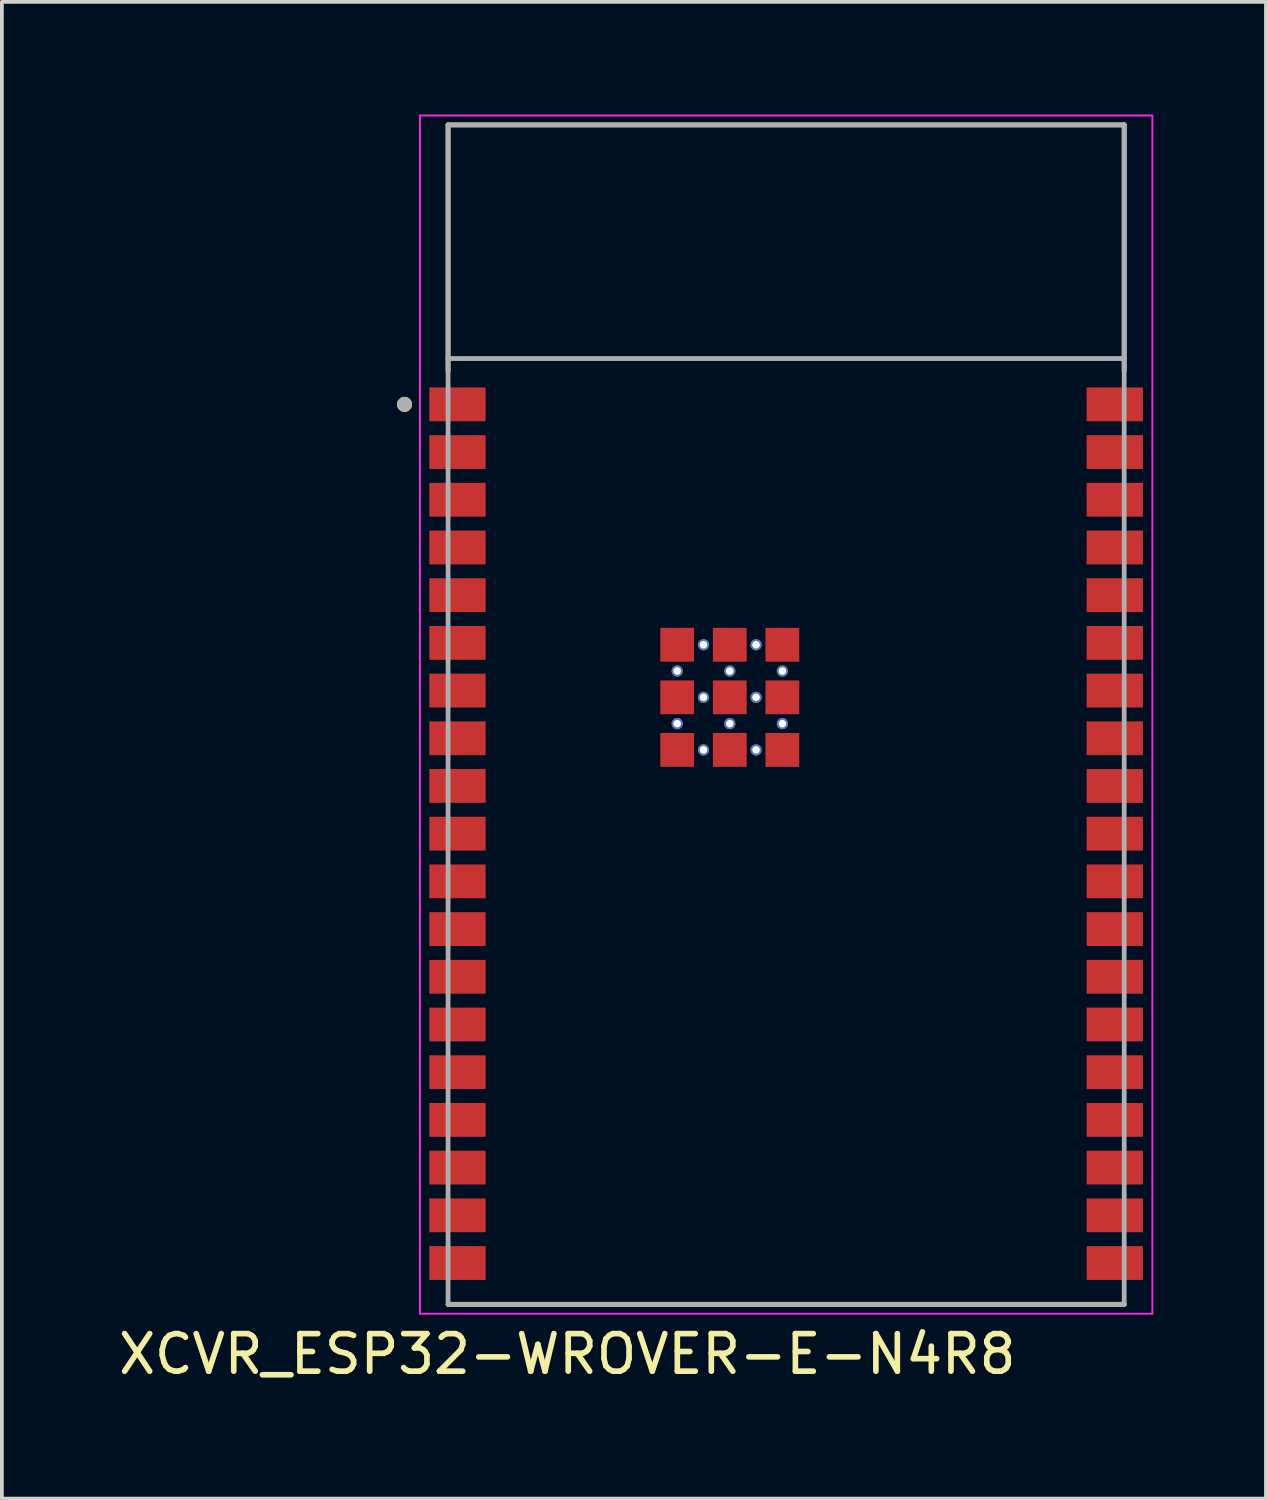
<source format=kicad_pcb>
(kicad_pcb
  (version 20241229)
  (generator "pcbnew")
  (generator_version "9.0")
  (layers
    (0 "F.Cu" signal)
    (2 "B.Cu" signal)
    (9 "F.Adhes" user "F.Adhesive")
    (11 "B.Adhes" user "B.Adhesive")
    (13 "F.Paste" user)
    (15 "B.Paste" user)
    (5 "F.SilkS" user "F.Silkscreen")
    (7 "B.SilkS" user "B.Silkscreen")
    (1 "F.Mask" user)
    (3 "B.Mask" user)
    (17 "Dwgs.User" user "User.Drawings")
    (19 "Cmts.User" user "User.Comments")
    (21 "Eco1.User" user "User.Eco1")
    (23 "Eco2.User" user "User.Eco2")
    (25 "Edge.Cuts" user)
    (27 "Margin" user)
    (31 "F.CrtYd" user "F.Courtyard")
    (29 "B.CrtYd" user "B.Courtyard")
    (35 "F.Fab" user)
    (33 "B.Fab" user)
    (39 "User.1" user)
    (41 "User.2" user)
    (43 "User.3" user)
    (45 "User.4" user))
  (footprint "XCVR_ESP32-WROVER-E-N4R8"
    (layer "F.Cu")
    (at 17.879 15.975)
    (property "Reference" "XCVR_ESP32-WROVER-E-N4R8" (at -5.825 17.025 0) (layer "F.SilkS") (effects (font (size 1 1) (thickness 0.15))))
    (attr smd)
    (fp_line (start -9 -15.7) (end -9 -9.15) (stroke (width 0.127) (type solid)) (layer "F.SilkS"))
    (fp_line (start -9 15.7) (end 9 15.7) (stroke (width 0.127) (type solid)) (layer "F.SilkS"))
    (fp_line (start 9 -15.7) (end -9 -15.7) (stroke (width 0.127) (type solid)) (layer "F.SilkS"))
    (fp_line (start 9 -9.15) (end 9 -15.7) (stroke (width 0.127) (type solid)) (layer "F.SilkS"))
    (fp_circle (center -10.16 -8.26) (end -10.06 -8.26) (stroke (width 0.2) (type solid)) (fill no) (layer "F.SilkS"))
    (fp_line (start -9.75 -15.95) (end -9.75 15.95) (stroke (width 0.05) (type solid)) (layer "F.CrtYd"))
    (fp_line (start -9.75 15.95) (end 9.75 15.95) (stroke (width 0.05) (type solid)) (layer "F.CrtYd"))
    (fp_line (start 9.75 -15.95) (end -9.75 -15.95) (stroke (width 0.05) (type solid)) (layer "F.CrtYd"))
    (fp_line (start 9.75 15.95) (end 9.75 -15.95) (stroke (width 0.05) (type solid)) (layer "F.CrtYd"))
    (fp_line (start -9 -15.7) (end -9 -9.48) (stroke (width 0.127) (type solid)) (layer "F.Fab"))
    (fp_line (start -9 -9.48) (end -9 15.7) (stroke (width 0.127) (type solid)) (layer "F.Fab"))
    (fp_line (start -9 15.7) (end 9 15.7) (stroke (width 0.127) (type solid)) (layer "F.Fab"))
    (fp_line (start 9 -15.7) (end -9 -15.7) (stroke (width 0.127) (type solid)) (layer "F.Fab"))
    (fp_line (start 9 -9.48) (end -9 -9.48) (stroke (width 0.127) (type solid)) (layer "F.Fab"))
    (fp_line (start 9 -9.48) (end 9 -15.7) (stroke (width 0.127) (type solid)) (layer "F.Fab"))
    (fp_line (start 9 15.7) (end 9 -9.48) (stroke (width 0.127) (type solid)) (layer "F.Fab"))
    (fp_circle (center -10.16 -8.26) (end -10.06 -8.26) (stroke (width 0.2) (type solid)) (fill no) (layer "F.Fab"))
    (pad "1" smd rect (at -8.75 -8.26) (size 1.5 0.9) (layers "F.Cu" "F.Mask" "F.Paste"))
    (pad "2" smd rect (at -8.75 -6.99) (size 1.5 0.9) (layers "F.Cu" "F.Mask" "F.Paste"))
    (pad "3" smd rect (at -8.75 -5.72) (size 1.5 0.9) (layers "F.Cu" "F.Mask" "F.Paste"))
    (pad "4" smd rect (at -8.75 -4.45) (size 1.5 0.9) (layers "F.Cu" "F.Mask" "F.Paste"))
    (pad "5" smd rect (at -8.75 -3.18) (size 1.5 0.9) (layers "F.Cu" "F.Mask" "F.Paste"))
    (pad "6" smd rect (at -8.75 -1.91) (size 1.5 0.9) (layers "F.Cu" "F.Mask" "F.Paste"))
    (pad "7" smd rect (at -8.75 -0.64) (size 1.5 0.9) (layers "F.Cu" "F.Mask" "F.Paste"))
    (pad "8" smd rect (at -8.75 0.63) (size 1.5 0.9) (layers "F.Cu" "F.Mask" "F.Paste"))
    (pad "9" smd rect (at -8.75 1.9) (size 1.5 0.9) (layers "F.Cu" "F.Mask" "F.Paste"))
    (pad "10" smd rect (at -8.75 3.17) (size 1.5 0.9) (layers "F.Cu" "F.Mask" "F.Paste"))
    (pad "11" smd rect (at -8.75 4.44) (size 1.5 0.9) (layers "F.Cu" "F.Mask" "F.Paste"))
    (pad "12" smd rect (at -8.75 5.71) (size 1.5 0.9) (layers "F.Cu" "F.Mask" "F.Paste"))
    (pad "13" smd rect (at -8.75 6.98) (size 1.5 0.9) (layers "F.Cu" "F.Mask" "F.Paste"))
    (pad "14" smd rect (at -8.75 8.25) (size 1.5 0.9) (layers "F.Cu" "F.Mask" "F.Paste"))
    (pad "15" smd rect (at -8.75 9.52) (size 1.5 0.9) (layers "F.Cu" "F.Mask" "F.Paste"))
    (pad "16" smd rect (at -8.75 10.79) (size 1.5 0.9) (layers "F.Cu" "F.Mask" "F.Paste"))
    (pad "17" smd rect (at -8.75 12.06) (size 1.5 0.9) (layers "F.Cu" "F.Mask" "F.Paste"))
    (pad "18" smd rect (at -8.75 13.33) (size 1.5 0.9) (layers "F.Cu" "F.Mask" "F.Paste"))
    (pad "19" smd rect (at -8.75 14.6) (size 1.5 0.9) (layers "F.Cu" "F.Mask" "F.Paste"))
    (pad "20" smd rect (at 8.75 14.6) (size 1.5 0.9) (layers "F.Cu" "F.Mask" "F.Paste"))
    (pad "21" smd rect (at 8.75 13.33) (size 1.5 0.9) (layers "F.Cu" "F.Mask" "F.Paste"))
    (pad "22" smd rect (at 8.75 12.06) (size 1.5 0.9) (layers "F.Cu" "F.Mask" "F.Paste"))
    (pad "23" smd rect (at 8.75 10.79) (size 1.5 0.9) (layers "F.Cu" "F.Mask" "F.Paste"))
    (pad "24" smd rect (at 8.75 9.52) (size 1.5 0.9) (layers "F.Cu" "F.Mask" "F.Paste"))
    (pad "25" smd rect (at 8.75 8.25) (size 1.5 0.9) (layers "F.Cu" "F.Mask" "F.Paste"))
    (pad "26" smd rect (at 8.75 6.98) (size 1.5 0.9) (layers "F.Cu" "F.Mask" "F.Paste"))
    (pad "27" smd rect (at 8.75 5.71) (size 1.5 0.9) (layers "F.Cu" "F.Mask" "F.Paste"))
    (pad "28" smd rect (at 8.75 4.44) (size 1.5 0.9) (layers "F.Cu" "F.Mask" "F.Paste"))
    (pad "29" smd rect (at 8.75 3.17) (size 1.5 0.9) (layers "F.Cu" "F.Mask" "F.Paste"))
    (pad "30" smd rect (at 8.75 1.9) (size 1.5 0.9) (layers "F.Cu" "F.Mask" "F.Paste"))
    (pad "31" smd rect (at 8.75 0.63) (size 1.5 0.9) (layers "F.Cu" "F.Mask" "F.Paste"))
    (pad "32" smd rect (at 8.75 -0.64) (size 1.5 0.9) (layers "F.Cu" "F.Mask" "F.Paste"))
    (pad "33" smd rect (at 8.75 -1.91) (size 1.5 0.9) (layers "F.Cu" "F.Mask" "F.Paste"))
    (pad "34" smd rect (at 8.75 -3.18) (size 1.5 0.9) (layers "F.Cu" "F.Mask" "F.Paste"))
    (pad "35" smd rect (at 8.75 -4.45) (size 1.5 0.9) (layers "F.Cu" "F.Mask" "F.Paste"))
    (pad "36" smd rect (at 8.75 -5.72) (size 1.5 0.9) (layers "F.Cu" "F.Mask" "F.Paste"))
    (pad "37" smd rect (at 8.75 -6.99) (size 1.5 0.9) (layers "F.Cu" "F.Mask" "F.Paste"))
    (pad "38" smd rect (at 8.75 -8.26) (size 1.5 0.9) (layers "F.Cu" "F.Mask" "F.Paste"))
    (pad "39_1" smd rect (at -2.9 -1.86) (size 0.9 0.9) (layers "F.Cu" "F.Mask" "F.Paste"))
    (pad "39_2" smd rect (at -1.5 -1.86) (size 0.9 0.9) (layers "F.Cu" "F.Mask" "F.Paste"))
    (pad "39_3" smd rect (at -0.1 -1.86) (size 0.9 0.9) (layers "F.Cu" "F.Mask" "F.Paste"))
    (pad "39_4" smd rect (at -2.9 -0.46) (size 0.9 0.9) (layers "F.Cu" "F.Mask" "F.Paste"))
    (pad "39_5" smd rect (at -1.5 -0.46) (size 0.9 0.9) (layers "F.Cu" "F.Mask" "F.Paste"))
    (pad "39_6" smd rect (at -0.1 -0.46) (size 0.9 0.9) (layers "F.Cu" "F.Mask" "F.Paste"))
    (pad "39_7" smd rect (at -2.9 0.94) (size 0.9 0.9) (layers "F.Cu" "F.Mask" "F.Paste"))
    (pad "39_8" smd rect (at -1.5 0.94) (size 0.9 0.9) (layers "F.Cu" "F.Mask" "F.Paste"))
    (pad "39_9" smd rect (at -0.1 0.94) (size 0.9 0.9) (layers "F.Cu" "F.Mask" "F.Paste"))
    (pad "40" thru_hole circle (at -2.2 -1.86) (size 0.3 0.3) (drill 0.2) (layers "*.Cu"))
    (pad "41" thru_hole circle (at -0.8 -1.86) (size 0.3 0.3) (drill 0.2) (layers "*.Cu"))
    (pad "42" thru_hole circle (at -2.9 -1.16) (size 0.3 0.3) (drill 0.2) (layers "*.Cu"))
    (pad "43" thru_hole circle (at -1.5 -1.16) (size 0.3 0.3) (drill 0.2) (layers "*.Cu"))
    (pad "44" thru_hole circle (at -0.1 -1.16) (size 0.3 0.3) (drill 0.2) (layers "*.Cu"))
    (pad "45" thru_hole circle (at -2.2 -0.46) (size 0.3 0.3) (drill 0.2) (layers "*.Cu"))
    (pad "46" thru_hole circle (at -0.8 -0.46) (size 0.3 0.3) (drill 0.2) (layers "*.Cu"))
    (pad "47" thru_hole circle (at -2.9 0.24) (size 0.3 0.3) (drill 0.2) (layers "*.Cu"))
    (pad "48" thru_hole circle (at -1.5 0.24) (size 0.3 0.3) (drill 0.2) (layers "*.Cu"))
    (pad "49" thru_hole circle (at -0.1 0.24) (size 0.3 0.3) (drill 0.2) (layers "*.Cu"))
    (pad "50" thru_hole circle (at -2.2 0.94) (size 0.3 0.3) (drill 0.2) (layers "*.Cu"))
    (pad "51" thru_hole circle (at -0.8 0.94) (size 0.3 0.3) (drill 0.2) (layers "*.Cu"))
    (zone (net_name "") (layer "F.Cu") (hatch full 0.508) (connect_pads) (min_thickness 0.01) (filled_areas_thickness no) (keepout (tracks not_allowed) (vias not_allowed) (pads not_allowed) (copperpour not_allowed) (footprints allowed)) (placement (enabled no)) (fill) (polygon (pts (xy 8.879 0.275) (xy 26.879 0.275) (xy 26.879 6.495) (xy 8.879 6.495))))
    (zone (net_name "") (layers "F.Cu" "B.Cu") (hatch full 0.508) (connect_pads) (min_thickness 0.01) (filled_areas_thickness no) (keepout (tracks allowed) (vias not_allowed) (pads allowed) (copperpour allowed) (footprints allowed)) (placement (enabled no)) (fill) (polygon (pts (xy 8.879 0.275) (xy 26.879 0.275) (xy 26.879 6.495) (xy 8.879 6.495)))))
  (gr_rect
    (start -3 -3)
    (end 30.654 36.848)
    (stroke (width 0.1) (type default))
    (fill no)
    (layer "Edge.Cuts")))
</source>
